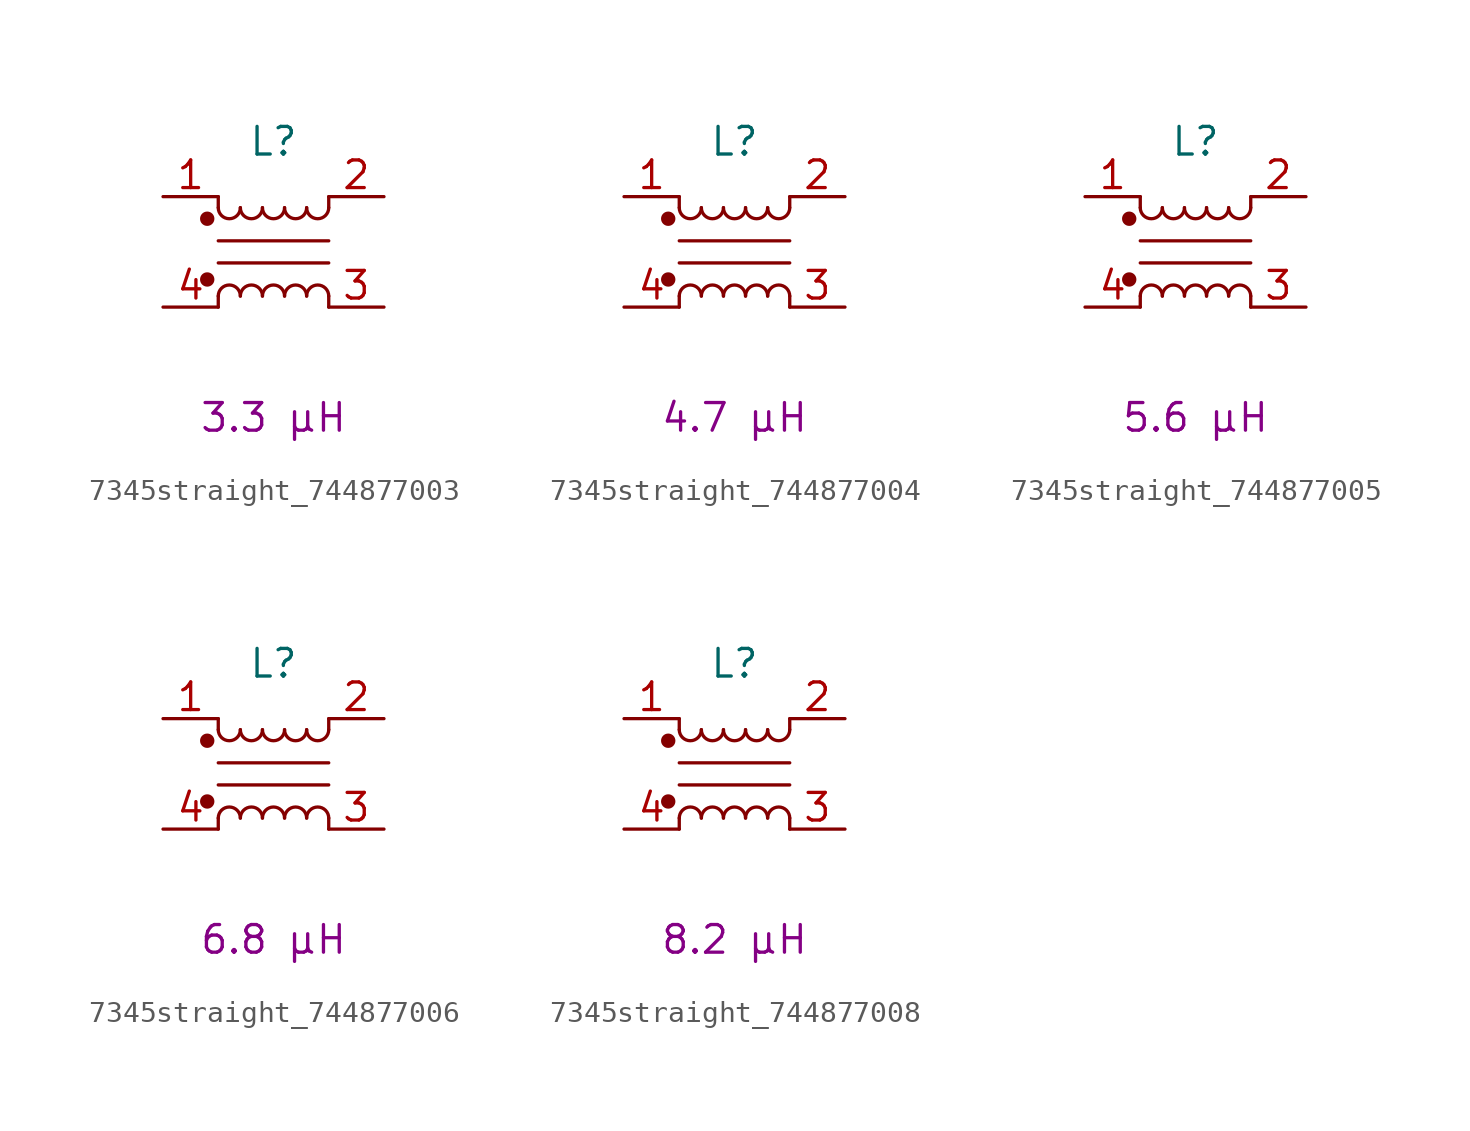
<source format=kicad_sym>
(kicad_symbol_lib
  (version 20241209)
  (generator "kicad_symbol_editor")
  (generator_version "9.0")
  (symbol "7345straight_744877003"
    (pin_names
      (hide yes))
    (property "Reference" "L"
      (at 0 5.08 0)
      (effects (font (size 1.27 1.27))))
    (property "Critical Parameter" "3.3 µH"
      (at 0 -7.62 0)
      (effects (font (size 1.27 1.27))))
    (symbol "7345straight_744877003_0_1"
      (circle (center -3.048 1.524) (radius 0.254) (stroke (width 0) (type default)) (fill (type outline)))
      (circle (center -3.048 -1.27) (radius 0.254) (stroke (width 0) (type default)) (fill (type outline)))
      (polyline (pts (xy -2.54 2.032) (xy -2.54 2.54)) (stroke (width 0) (type default)) (fill (type none)))
      (polyline (pts (xy -2.54 0.508) (xy 2.54 0.508)) (stroke (width 0) (type default)) (fill (type none)))
      (polyline (pts (xy -2.54 -2.032) (xy -2.54 -2.54)) (stroke (width 0) (type default)) (fill (type none)))
      (arc (start -1.524 2.032) (mid -2.032 1.5262) (end -2.54 2.032) (stroke (width 0) (type default)) (fill (type none)))
      (arc (start -2.54 -2.032) (mid -2.032 -1.5262) (end -1.524 -2.032) (stroke (width 0) (type default)) (fill (type none)))
      (arc (start -0.508 2.032) (mid -1.016 1.5262) (end -1.524 2.032) (stroke (width 0) (type default)) (fill (type none)))
      (arc (start -1.524 -2.032) (mid -1.016 -1.5262) (end -0.508 -2.032) (stroke (width 0) (type default)) (fill (type none)))
      (arc (start 0.508 2.032) (mid 0 1.5262) (end -0.508 2.032) (stroke (width 0) (type default)) (fill (type none)))
      (arc (start -0.508 -2.032) (mid 0 -1.5262) (end 0.508 -2.032) (stroke (width 0) (type default)) (fill (type none)))
      (arc (start 1.524 2.032) (mid 1.016 1.5262) (end 0.508 2.032) (stroke (width 0) (type default)) (fill (type none)))
      (arc (start 0.508 -2.032) (mid 1.016 -1.5262) (end 1.524 -2.032) (stroke (width 0) (type default)) (fill (type none)))
      (arc (start 2.54 2.032) (mid 2.032 1.5262) (end 1.524 2.032) (stroke (width 0) (type default)) (fill (type none)))
      (arc (start 1.524 -2.032) (mid 2.032 -1.5262) (end 2.54 -2.032) (stroke (width 0) (type default)) (fill (type none)))
      (polyline (pts (xy 2.54 2.54) (xy 2.54 2.032)) (stroke (width 0) (type default)) (fill (type none)))
      (polyline (pts (xy 2.54 -0.508) (xy -2.54 -0.508)) (stroke (width 0) (type default)) (fill (type none)))
      (polyline (pts (xy 2.54 -2.032) (xy 2.54 -2.54)) (stroke (width 0) (type default)) (fill (type none))))
    (symbol "7345straight_744877003_1_1"
      (pin passive line (at -5.08 2.54 0) (length 2.54) (name "1" (effects (font (size 1.27 1.27)))) (number "1" (effects (font (size 1.27 1.27)))))
      (pin passive line (at -5.08 -2.54 0) (length 2.54) (name "4" (effects (font (size 1.27 1.27)))) (number "4" (effects (font (size 1.27 1.27)))))
      (pin passive line (at 5.08 2.54 180) (length 2.54) (name "2" (effects (font (size 1.27 1.27)))) (number "2" (effects (font (size 1.27 1.27)))))
      (pin passive line (at 5.08 -2.54 180) (length 2.54) (name "3" (effects (font (size 1.27 1.27)))) (number "3" (effects (font (size 1.27 1.27)))))))
  (symbol "7345straight_744877004"
    (pin_names
      (hide yes))
    (property "Reference" "L"
      (at 0 5.08 0)
      (effects (font (size 1.27 1.27))))
    (property "Critical Parameter" "4.7 µH"
      (at 0 -7.62 0)
      (effects (font (size 1.27 1.27))))
    (symbol "7345straight_744877004_0_1"
      (circle (center -3.048 1.524) (radius 0.254) (stroke (width 0) (type default)) (fill (type outline)))
      (circle (center -3.048 -1.27) (radius 0.254) (stroke (width 0) (type default)) (fill (type outline)))
      (polyline (pts (xy -2.54 2.032) (xy -2.54 2.54)) (stroke (width 0) (type default)) (fill (type none)))
      (polyline (pts (xy -2.54 0.508) (xy 2.54 0.508)) (stroke (width 0) (type default)) (fill (type none)))
      (polyline (pts (xy -2.54 -2.032) (xy -2.54 -2.54)) (stroke (width 0) (type default)) (fill (type none)))
      (arc (start -1.524 2.032) (mid -2.032 1.5262) (end -2.54 2.032) (stroke (width 0) (type default)) (fill (type none)))
      (arc (start -2.54 -2.032) (mid -2.032 -1.5262) (end -1.524 -2.032) (stroke (width 0) (type default)) (fill (type none)))
      (arc (start -0.508 2.032) (mid -1.016 1.5262) (end -1.524 2.032) (stroke (width 0) (type default)) (fill (type none)))
      (arc (start -1.524 -2.032) (mid -1.016 -1.5262) (end -0.508 -2.032) (stroke (width 0) (type default)) (fill (type none)))
      (arc (start 0.508 2.032) (mid 0 1.5262) (end -0.508 2.032) (stroke (width 0) (type default)) (fill (type none)))
      (arc (start -0.508 -2.032) (mid 0 -1.5262) (end 0.508 -2.032) (stroke (width 0) (type default)) (fill (type none)))
      (arc (start 1.524 2.032) (mid 1.016 1.5262) (end 0.508 2.032) (stroke (width 0) (type default)) (fill (type none)))
      (arc (start 0.508 -2.032) (mid 1.016 -1.5262) (end 1.524 -2.032) (stroke (width 0) (type default)) (fill (type none)))
      (arc (start 2.54 2.032) (mid 2.032 1.5262) (end 1.524 2.032) (stroke (width 0) (type default)) (fill (type none)))
      (arc (start 1.524 -2.032) (mid 2.032 -1.5262) (end 2.54 -2.032) (stroke (width 0) (type default)) (fill (type none)))
      (polyline (pts (xy 2.54 2.54) (xy 2.54 2.032)) (stroke (width 0) (type default)) (fill (type none)))
      (polyline (pts (xy 2.54 -0.508) (xy -2.54 -0.508)) (stroke (width 0) (type default)) (fill (type none)))
      (polyline (pts (xy 2.54 -2.032) (xy 2.54 -2.54)) (stroke (width 0) (type default)) (fill (type none))))
    (symbol "7345straight_744877004_1_1"
      (pin passive line (at -5.08 2.54 0) (length 2.54) (name "1" (effects (font (size 1.27 1.27)))) (number "1" (effects (font (size 1.27 1.27)))))
      (pin passive line (at -5.08 -2.54 0) (length 2.54) (name "4" (effects (font (size 1.27 1.27)))) (number "4" (effects (font (size 1.27 1.27)))))
      (pin passive line (at 5.08 2.54 180) (length 2.54) (name "2" (effects (font (size 1.27 1.27)))) (number "2" (effects (font (size 1.27 1.27)))))
      (pin passive line (at 5.08 -2.54 180) (length 2.54) (name "3" (effects (font (size 1.27 1.27)))) (number "3" (effects (font (size 1.27 1.27)))))))
  (symbol "7345straight_744877005"
    (pin_names
      (hide yes))
    (property "Reference" "L"
      (at 0 5.08 0)
      (effects (font (size 1.27 1.27))))
    (property "Critical Parameter" "5.6 µH"
      (at 0 -7.62 0)
      (effects (font (size 1.27 1.27))))
    (symbol "7345straight_744877005_0_1"
      (circle (center -3.048 1.524) (radius 0.254) (stroke (width 0) (type default)) (fill (type outline)))
      (circle (center -3.048 -1.27) (radius 0.254) (stroke (width 0) (type default)) (fill (type outline)))
      (polyline (pts (xy -2.54 2.032) (xy -2.54 2.54)) (stroke (width 0) (type default)) (fill (type none)))
      (polyline (pts (xy -2.54 0.508) (xy 2.54 0.508)) (stroke (width 0) (type default)) (fill (type none)))
      (polyline (pts (xy -2.54 -2.032) (xy -2.54 -2.54)) (stroke (width 0) (type default)) (fill (type none)))
      (arc (start -1.524 2.032) (mid -2.032 1.5262) (end -2.54 2.032) (stroke (width 0) (type default)) (fill (type none)))
      (arc (start -2.54 -2.032) (mid -2.032 -1.5262) (end -1.524 -2.032) (stroke (width 0) (type default)) (fill (type none)))
      (arc (start -0.508 2.032) (mid -1.016 1.5262) (end -1.524 2.032) (stroke (width 0) (type default)) (fill (type none)))
      (arc (start -1.524 -2.032) (mid -1.016 -1.5262) (end -0.508 -2.032) (stroke (width 0) (type default)) (fill (type none)))
      (arc (start 0.508 2.032) (mid 0 1.5262) (end -0.508 2.032) (stroke (width 0) (type default)) (fill (type none)))
      (arc (start -0.508 -2.032) (mid 0 -1.5262) (end 0.508 -2.032) (stroke (width 0) (type default)) (fill (type none)))
      (arc (start 1.524 2.032) (mid 1.016 1.5262) (end 0.508 2.032) (stroke (width 0) (type default)) (fill (type none)))
      (arc (start 0.508 -2.032) (mid 1.016 -1.5262) (end 1.524 -2.032) (stroke (width 0) (type default)) (fill (type none)))
      (arc (start 2.54 2.032) (mid 2.032 1.5262) (end 1.524 2.032) (stroke (width 0) (type default)) (fill (type none)))
      (arc (start 1.524 -2.032) (mid 2.032 -1.5262) (end 2.54 -2.032) (stroke (width 0) (type default)) (fill (type none)))
      (polyline (pts (xy 2.54 2.54) (xy 2.54 2.032)) (stroke (width 0) (type default)) (fill (type none)))
      (polyline (pts (xy 2.54 -0.508) (xy -2.54 -0.508)) (stroke (width 0) (type default)) (fill (type none)))
      (polyline (pts (xy 2.54 -2.032) (xy 2.54 -2.54)) (stroke (width 0) (type default)) (fill (type none))))
    (symbol "7345straight_744877005_1_1"
      (pin passive line (at -5.08 2.54 0) (length 2.54) (name "1" (effects (font (size 1.27 1.27)))) (number "1" (effects (font (size 1.27 1.27)))))
      (pin passive line (at -5.08 -2.54 0) (length 2.54) (name "4" (effects (font (size 1.27 1.27)))) (number "4" (effects (font (size 1.27 1.27)))))
      (pin passive line (at 5.08 2.54 180) (length 2.54) (name "2" (effects (font (size 1.27 1.27)))) (number "2" (effects (font (size 1.27 1.27)))))
      (pin passive line (at 5.08 -2.54 180) (length 2.54) (name "3" (effects (font (size 1.27 1.27)))) (number "3" (effects (font (size 1.27 1.27)))))))
  (symbol "7345straight_744877006"
    (pin_names
      (hide yes))
    (property "Reference" "L"
      (at 0 5.08 0)
      (effects (font (size 1.27 1.27))))
    (property "Critical Parameter" "6.8 µH"
      (at 0 -7.62 0)
      (effects (font (size 1.27 1.27))))
    (symbol "7345straight_744877006_0_1"
      (circle (center -3.048 1.524) (radius 0.254) (stroke (width 0) (type default)) (fill (type outline)))
      (circle (center -3.048 -1.27) (radius 0.254) (stroke (width 0) (type default)) (fill (type outline)))
      (polyline (pts (xy -2.54 2.032) (xy -2.54 2.54)) (stroke (width 0) (type default)) (fill (type none)))
      (polyline (pts (xy -2.54 0.508) (xy 2.54 0.508)) (stroke (width 0) (type default)) (fill (type none)))
      (polyline (pts (xy -2.54 -2.032) (xy -2.54 -2.54)) (stroke (width 0) (type default)) (fill (type none)))
      (arc (start -1.524 2.032) (mid -2.032 1.5262) (end -2.54 2.032) (stroke (width 0) (type default)) (fill (type none)))
      (arc (start -2.54 -2.032) (mid -2.032 -1.5262) (end -1.524 -2.032) (stroke (width 0) (type default)) (fill (type none)))
      (arc (start -0.508 2.032) (mid -1.016 1.5262) (end -1.524 2.032) (stroke (width 0) (type default)) (fill (type none)))
      (arc (start -1.524 -2.032) (mid -1.016 -1.5262) (end -0.508 -2.032) (stroke (width 0) (type default)) (fill (type none)))
      (arc (start 0.508 2.032) (mid 0 1.5262) (end -0.508 2.032) (stroke (width 0) (type default)) (fill (type none)))
      (arc (start -0.508 -2.032) (mid 0 -1.5262) (end 0.508 -2.032) (stroke (width 0) (type default)) (fill (type none)))
      (arc (start 1.524 2.032) (mid 1.016 1.5262) (end 0.508 2.032) (stroke (width 0) (type default)) (fill (type none)))
      (arc (start 0.508 -2.032) (mid 1.016 -1.5262) (end 1.524 -2.032) (stroke (width 0) (type default)) (fill (type none)))
      (arc (start 2.54 2.032) (mid 2.032 1.5262) (end 1.524 2.032) (stroke (width 0) (type default)) (fill (type none)))
      (arc (start 1.524 -2.032) (mid 2.032 -1.5262) (end 2.54 -2.032) (stroke (width 0) (type default)) (fill (type none)))
      (polyline (pts (xy 2.54 2.54) (xy 2.54 2.032)) (stroke (width 0) (type default)) (fill (type none)))
      (polyline (pts (xy 2.54 -0.508) (xy -2.54 -0.508)) (stroke (width 0) (type default)) (fill (type none)))
      (polyline (pts (xy 2.54 -2.032) (xy 2.54 -2.54)) (stroke (width 0) (type default)) (fill (type none))))
    (symbol "7345straight_744877006_1_1"
      (pin passive line (at -5.08 2.54 0) (length 2.54) (name "1" (effects (font (size 1.27 1.27)))) (number "1" (effects (font (size 1.27 1.27)))))
      (pin passive line (at -5.08 -2.54 0) (length 2.54) (name "4" (effects (font (size 1.27 1.27)))) (number "4" (effects (font (size 1.27 1.27)))))
      (pin passive line (at 5.08 2.54 180) (length 2.54) (name "2" (effects (font (size 1.27 1.27)))) (number "2" (effects (font (size 1.27 1.27)))))
      (pin passive line (at 5.08 -2.54 180) (length 2.54) (name "3" (effects (font (size 1.27 1.27)))) (number "3" (effects (font (size 1.27 1.27)))))))
  (symbol "7345straight_744877008"
    (pin_names
      (hide yes))
    (property "Reference" "L"
      (at 0 5.08 0)
      (effects (font (size 1.27 1.27))))
    (property "Critical Parameter" "8.2 µH"
      (at 0 -7.62 0)
      (effects (font (size 1.27 1.27))))
    (symbol "7345straight_744877008_0_1"
      (circle (center -3.048 1.524) (radius 0.254) (stroke (width 0) (type default)) (fill (type outline)))
      (circle (center -3.048 -1.27) (radius 0.254) (stroke (width 0) (type default)) (fill (type outline)))
      (polyline (pts (xy -2.54 2.032) (xy -2.54 2.54)) (stroke (width 0) (type default)) (fill (type none)))
      (polyline (pts (xy -2.54 0.508) (xy 2.54 0.508)) (stroke (width 0) (type default)) (fill (type none)))
      (polyline (pts (xy -2.54 -2.032) (xy -2.54 -2.54)) (stroke (width 0) (type default)) (fill (type none)))
      (arc (start -1.524 2.032) (mid -2.032 1.5262) (end -2.54 2.032) (stroke (width 0) (type default)) (fill (type none)))
      (arc (start -2.54 -2.032) (mid -2.032 -1.5262) (end -1.524 -2.032) (stroke (width 0) (type default)) (fill (type none)))
      (arc (start -0.508 2.032) (mid -1.016 1.5262) (end -1.524 2.032) (stroke (width 0) (type default)) (fill (type none)))
      (arc (start -1.524 -2.032) (mid -1.016 -1.5262) (end -0.508 -2.032) (stroke (width 0) (type default)) (fill (type none)))
      (arc (start 0.508 2.032) (mid 0 1.5262) (end -0.508 2.032) (stroke (width 0) (type default)) (fill (type none)))
      (arc (start -0.508 -2.032) (mid 0 -1.5262) (end 0.508 -2.032) (stroke (width 0) (type default)) (fill (type none)))
      (arc (start 1.524 2.032) (mid 1.016 1.5262) (end 0.508 2.032) (stroke (width 0) (type default)) (fill (type none)))
      (arc (start 0.508 -2.032) (mid 1.016 -1.5262) (end 1.524 -2.032) (stroke (width 0) (type default)) (fill (type none)))
      (arc (start 2.54 2.032) (mid 2.032 1.5262) (end 1.524 2.032) (stroke (width 0) (type default)) (fill (type none)))
      (arc (start 1.524 -2.032) (mid 2.032 -1.5262) (end 2.54 -2.032) (stroke (width 0) (type default)) (fill (type none)))
      (polyline (pts (xy 2.54 2.54) (xy 2.54 2.032)) (stroke (width 0) (type default)) (fill (type none)))
      (polyline (pts (xy 2.54 -0.508) (xy -2.54 -0.508)) (stroke (width 0) (type default)) (fill (type none)))
      (polyline (pts (xy 2.54 -2.032) (xy 2.54 -2.54)) (stroke (width 0) (type default)) (fill (type none))))
    (symbol "7345straight_744877008_1_1"
      (pin passive line (at -5.08 2.54 0) (length 2.54) (name "1" (effects (font (size 1.27 1.27)))) (number "1" (effects (font (size 1.27 1.27)))))
      (pin passive line (at -5.08 -2.54 0) (length 2.54) (name "4" (effects (font (size 1.27 1.27)))) (number "4" (effects (font (size 1.27 1.27)))))
      (pin passive line (at 5.08 2.54 180) (length 2.54) (name "2" (effects (font (size 1.27 1.27)))) (number "2" (effects (font (size 1.27 1.27)))))
      (pin passive line (at 5.08 -2.54 180) (length 2.54) (name "3" (effects (font (size 1.27 1.27)))) (number "3" (effects (font (size 1.27 1.27))))))))
</source>
